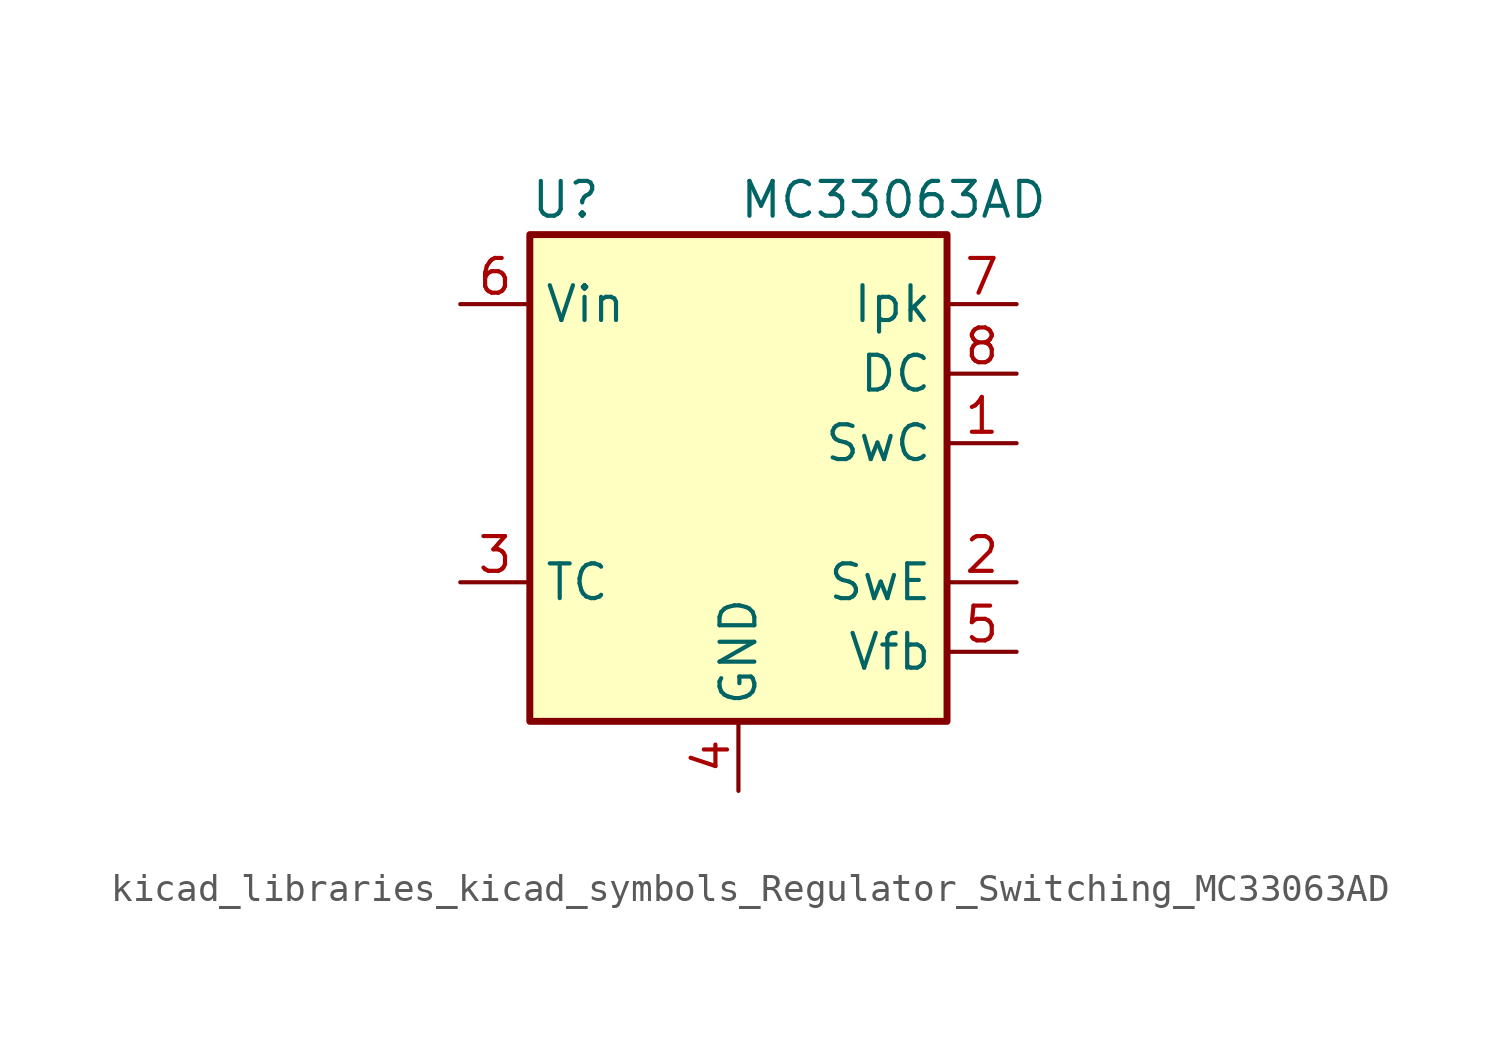
<source format=kicad_sym>
(kicad_symbol_lib
  (version 20220914)
  (generator kicad_symbol_editor)
  (symbol "kicad_libraries_kicad_symbols_Regulator_Switching_MC33063AD"
    (property "Reference" "U"
      (at -7.62 8.89 0)
      (effects (font (size 1.27 1.27)) (justify left)))
    (property "Value" "MC33063AD"
      (at 0 8.89 0)
      (effects (font (size 1.27 1.27)) (justify left)))
    (symbol "kicad_libraries_kicad_symbols_Regulator_Switching_MC33063AD_0_1"
      (rectangle (start -7.62 7.62) (end 7.62 -10.16) (stroke (width 0.254) (type default)) (fill (type background))))
    (symbol "kicad_libraries_kicad_symbols_Regulator_Switching_MC33063AD_1_1"
      (pin open_collector line (at 10.16 0 180) (length 2.54) (name "SwC" (effects (font (size 1.27 1.27)))) (number "1" (effects (font (size 1.27 1.27)))))
      (pin open_emitter line (at 10.16 -5.08 180) (length 2.54) (name "SwE" (effects (font (size 1.27 1.27)))) (number "2" (effects (font (size 1.27 1.27)))))
      (pin passive line (at -10.16 -5.08 0) (length 2.54) (name "TC" (effects (font (size 1.27 1.27)))) (number "3" (effects (font (size 1.27 1.27)))))
      (pin power_in line (at 0 -12.7 90) (length 2.54) (name "GND" (effects (font (size 1.27 1.27)))) (number "4" (effects (font (size 1.27 1.27)))))
      (pin input line (at 10.16 -7.62 180) (length 2.54) (name "Vfb" (effects (font (size 1.27 1.27)))) (number "5" (effects (font (size 1.27 1.27)))))
      (pin power_in line (at -10.16 5.08 0) (length 2.54) (name "Vin" (effects (font (size 1.27 1.27)))) (number "6" (effects (font (size 1.27 1.27)))))
      (pin input line (at 10.16 5.08 180) (length 2.54) (name "Ipk" (effects (font (size 1.27 1.27)))) (number "7" (effects (font (size 1.27 1.27)))))
      (pin open_collector line (at 10.16 2.54 180) (length 2.54) (name "DC" (effects (font (size 1.27 1.27)))) (number "8" (effects (font (size 1.27 1.27))))))))
</source>
